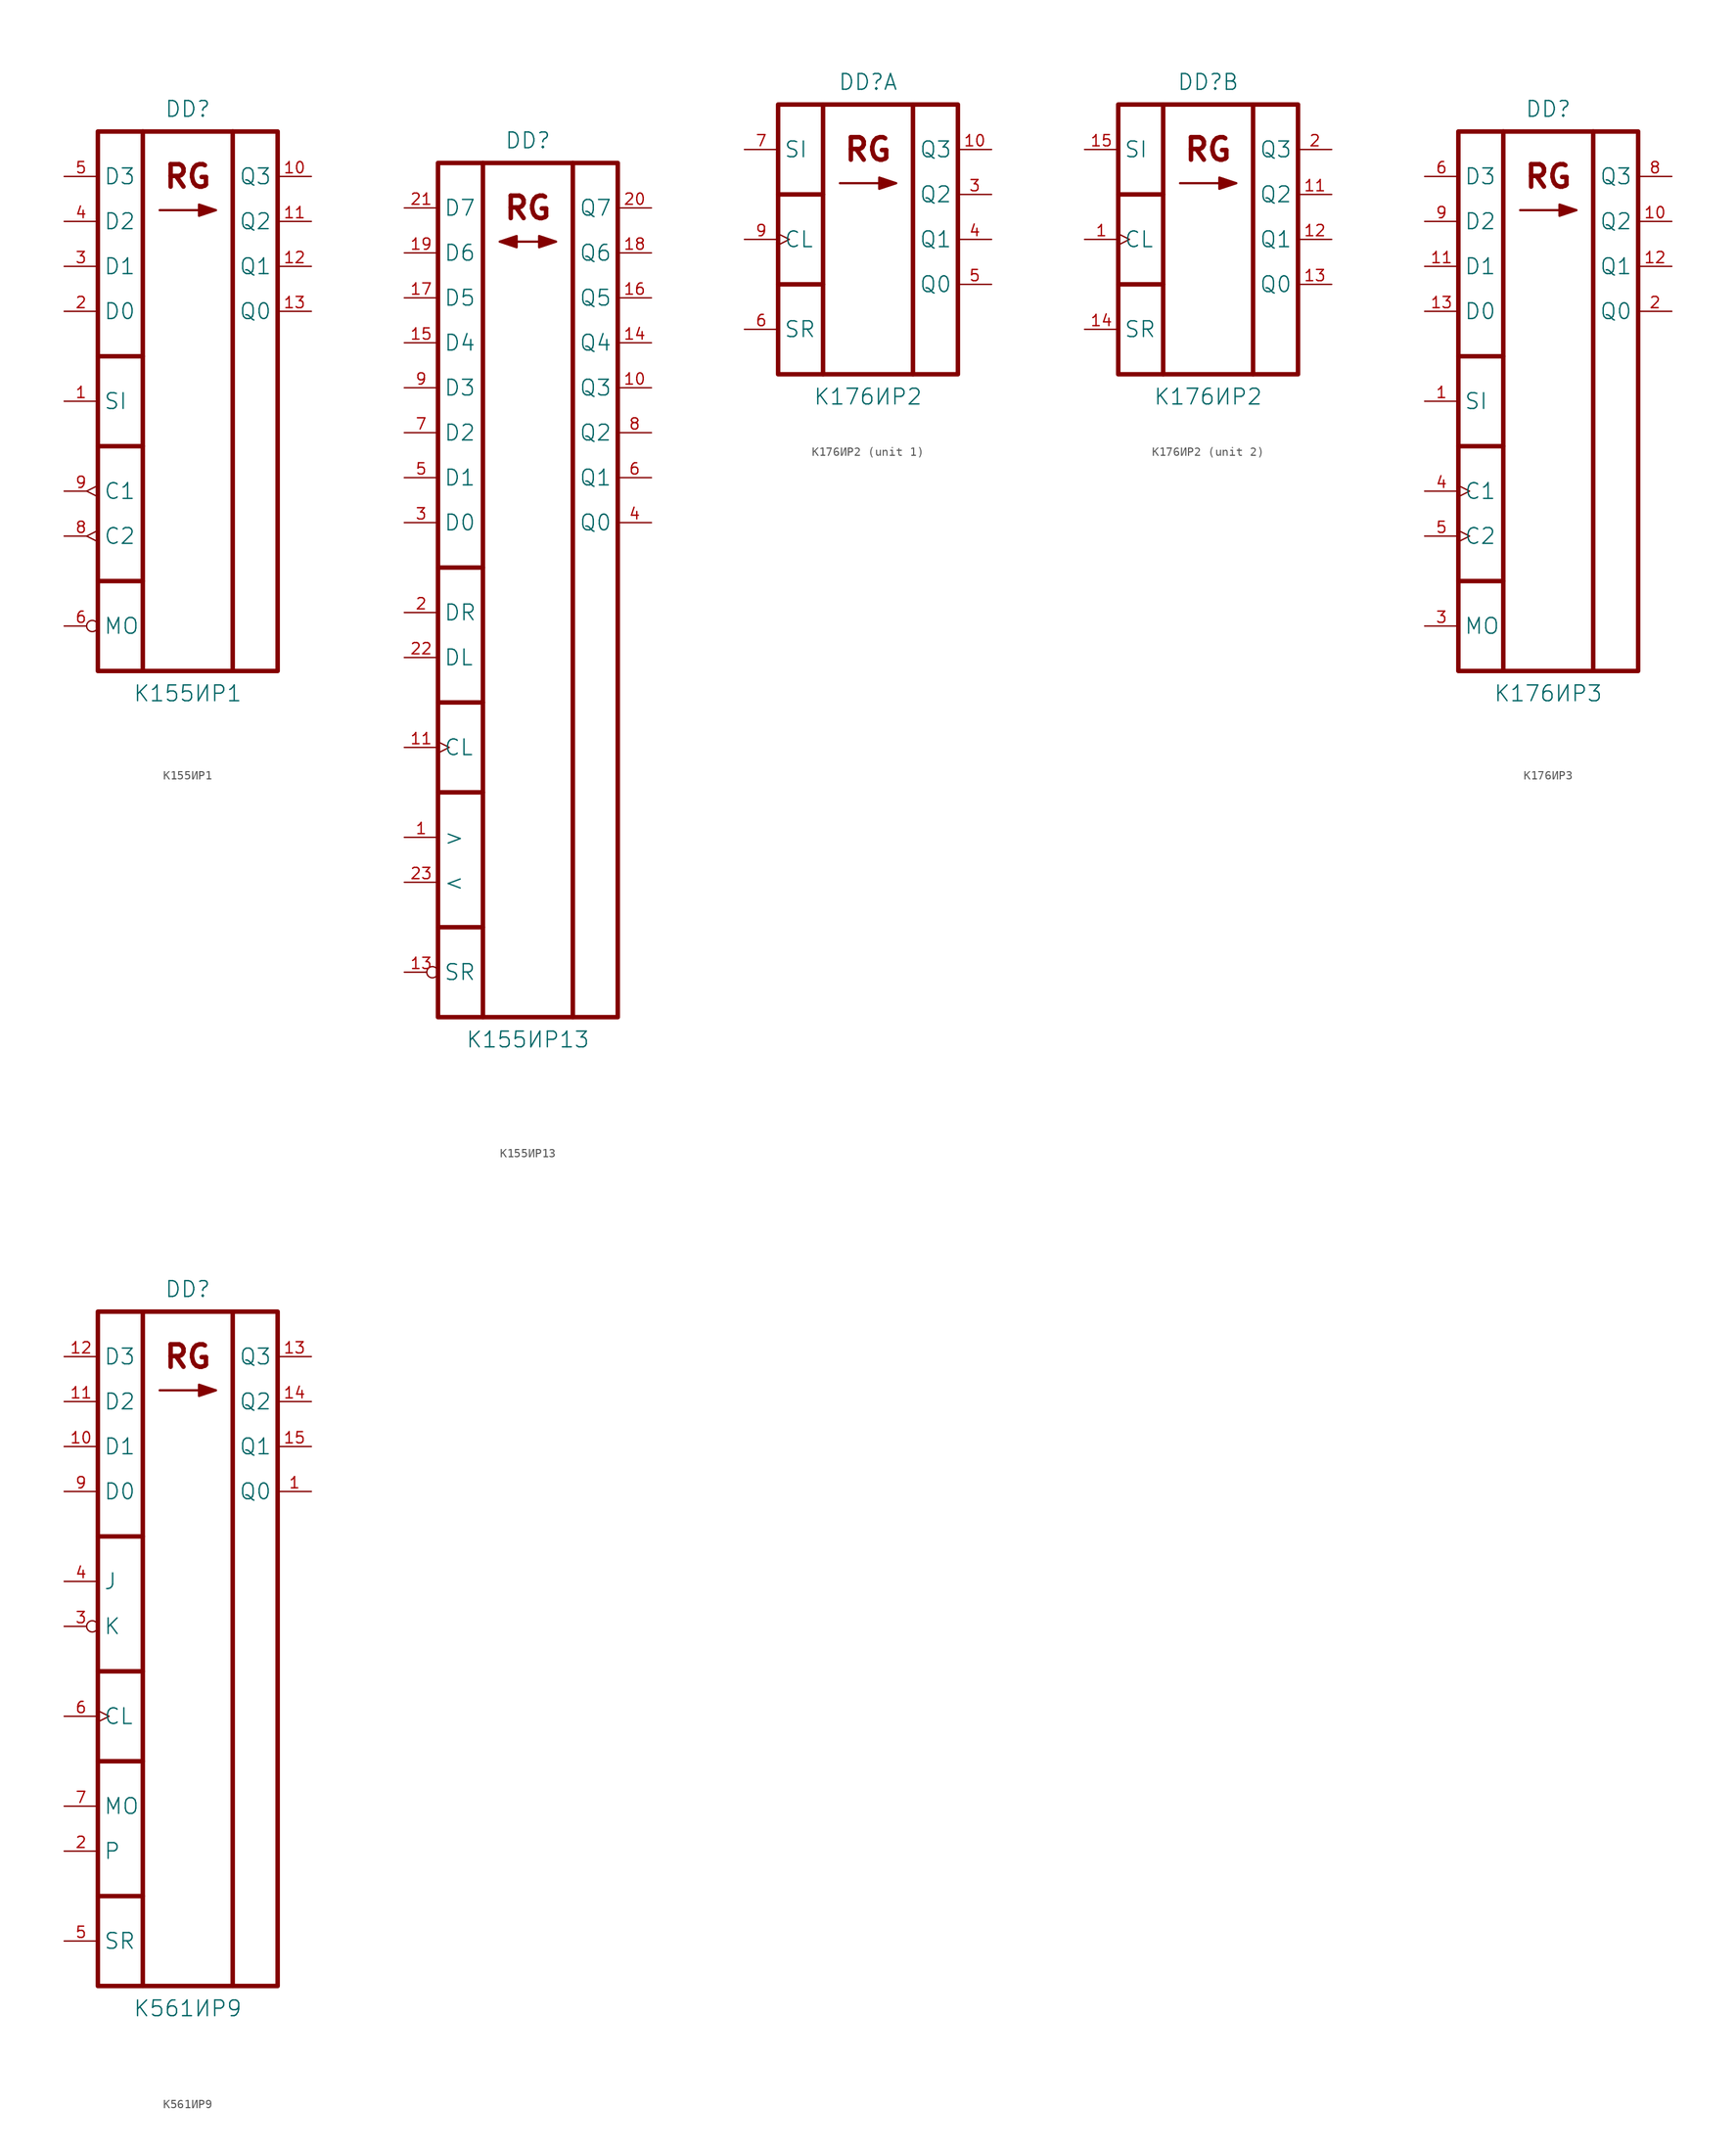
<source format=kicad_sym>
(kicad_symbol_lib
  (version 20211014)
  (generator kicad_symbol_editor)
  (symbol "К155ИP1"
    (pin_names
      (offset 0.635))
    (property "Reference" "DD"
      (at 0 33.02 0)
      (effects (font (size 1.778 1.778))))
    (property "Value" "К155ИP1"
      (at 0 -33.02 0)
      (effects (font (size 1.778 1.778))))
    (symbol "К155ИP1_0_0"
      (polyline (pts (xy 3.175 21.59) (xy -3.175 21.59)) (stroke (width 0.254) (type default) (color 0 0 0 0)) (fill (type none)))
      (polyline (pts (xy 5.08 30.48) (xy 5.08 -30.48)) (stroke (width 0.508) (type default) (color 0 0 0 0)) (fill (type none)))
      (polyline (pts (xy 3.175 21.59) (xy 1.27 22.225) (xy 1.27 20.955) (xy 3.175 21.59)) (stroke (width 0.254) (type default) (color 0 0 0 0)) (fill (type outline)))
      (text "RG" (at 0 25.4 0) (effects (font (size 2.54 2.54) bold))))
    (symbol "К155ИP1_0_1"
      (rectangle (start -10.16 30.48) (end 10.16 -30.48) (stroke (width 0.508) (type default) (color 0 0 0 0)) (fill (type none)))
      (polyline (pts (xy -5.08 -20.32) (xy -10.16 -20.32)) (stroke (width 0.508) (type default) (color 0 0 0 0)) (fill (type none)))
      (polyline (pts (xy -5.08 -5.08) (xy -10.16 -5.08)) (stroke (width 0.508) (type default) (color 0 0 0 0)) (fill (type none)))
      (polyline (pts (xy -5.08 5.08) (xy -10.16 5.08)) (stroke (width 0.508) (type default) (color 0 0 0 0)) (fill (type none)))
      (polyline (pts (xy -5.08 30.48) (xy -5.08 -30.48)) (stroke (width 0.508) (type default) (color 0 0 0 0)) (fill (type none))))
    (symbol "К155ИP1_1_1"
      (pin input line (at -13.97 0 0) (length 3.81) (name "SI" (effects (font (size 1.778 1.778)))) (number "1" (effects (font (size 1.27 1.27)))))
      (pin output line (at 13.97 25.4 180) (length 3.81) (name "Q3" (effects (font (size 1.778 1.778)))) (number "10" (effects (font (size 1.27 1.27)))))
      (pin output line (at 13.97 20.32 180) (length 3.81) (name "Q2" (effects (font (size 1.778 1.778)))) (number "11" (effects (font (size 1.27 1.27)))))
      (pin output line (at 13.97 15.24 180) (length 3.81) (name "Q1" (effects (font (size 1.778 1.778)))) (number "12" (effects (font (size 1.27 1.27)))))
      (pin output line (at 13.97 10.16 180) (length 3.81) (name "Q0" (effects (font (size 1.778 1.778)))) (number "13" (effects (font (size 1.27 1.27)))))
      (pin power_in non_logic (at 13.97 27.94 180) (length 3.81) hide (name "VCC" (effects (font (size 1.27 1.27)))) (number "14" (effects (font (size 1.27 1.27)))))
      (pin input line (at -13.97 10.16 0) (length 3.81) (name "D0" (effects (font (size 1.778 1.778)))) (number "2" (effects (font (size 1.27 1.27)))))
      (pin input line (at -13.97 15.24 0) (length 3.81) (name "D1" (effects (font (size 1.778 1.778)))) (number "3" (effects (font (size 1.27 1.27)))))
      (pin input line (at -13.97 20.32 0) (length 3.81) (name "D2" (effects (font (size 1.778 1.778)))) (number "4" (effects (font (size 1.27 1.27)))))
      (pin input line (at -13.97 25.4 0) (length 3.81) (name "D3" (effects (font (size 1.778 1.778)))) (number "5" (effects (font (size 1.27 1.27)))))
      (pin input inverted (at -13.97 -25.4 0) (length 3.81) (name "MO" (effects (font (size 1.778 1.778)))) (number "6" (effects (font (size 1.27 1.27)))))
      (pin power_in non_logic (at 13.97 -27.94 180) (length 3.81) hide (name "GND" (effects (font (size 1.27 1.27)))) (number "7" (effects (font (size 1.27 1.27)))))
      (pin input edge_clock_high (at -13.97 -15.24 0) (length 3.81) (name "C2" (effects (font (size 1.778 1.778)))) (number "8" (effects (font (size 1.27 1.27)))))
      (pin input edge_clock_high (at -13.97 -10.16 0) (length 3.81) (name "C1" (effects (font (size 1.778 1.778)))) (number "9" (effects (font (size 1.27 1.27)))))))
  (symbol "К155ИP13"
    (pin_names
      (offset 0.635))
    (property "Reference" "DD"
      (at 0 50.8 0)
      (effects (font (size 1.778 1.778))))
    (property "Value" "К155ИP13"
      (at 0 -50.8 0)
      (effects (font (size 1.778 1.778))))
    (symbol "К155ИP13_0_0"
      (polyline (pts (xy 3.175 39.37) (xy -3.175 39.37)) (stroke (width 0.254) (type default) (color 0 0 0 0)) (fill (type none)))
      (polyline (pts (xy 5.08 48.26) (xy 5.08 -48.26)) (stroke (width 0.508) (type default) (color 0 0 0 0)) (fill (type none)))
      (polyline (pts (xy -3.175 39.37) (xy -1.27 40.005) (xy -1.27 38.735) (xy -3.175 39.37)) (stroke (width 0.254) (type default) (color 0 0 0 0)) (fill (type outline)))
      (polyline (pts (xy 3.175 39.37) (xy 1.27 40.005) (xy 1.27 38.735) (xy 3.175 39.37)) (stroke (width 0.254) (type default) (color 0 0 0 0)) (fill (type outline)))
      (text "RG" (at 0 43.18 0) (effects (font (size 2.54 2.54) bold))))
    (symbol "К155ИP13_0_1"
      (rectangle (start -10.16 48.26) (end 10.16 -48.26) (stroke (width 0.508) (type default) (color 0 0 0 0)) (fill (type none)))
      (polyline (pts (xy -5.08 -38.1) (xy -10.16 -38.1)) (stroke (width 0.508) (type default) (color 0 0 0 0)) (fill (type none)))
      (polyline (pts (xy -5.08 -22.86) (xy -10.16 -22.86)) (stroke (width 0.508) (type default) (color 0 0 0 0)) (fill (type none)))
      (polyline (pts (xy -5.08 -12.7) (xy -10.16 -12.7)) (stroke (width 0.508) (type default) (color 0 0 0 0)) (fill (type none)))
      (polyline (pts (xy -5.08 2.54) (xy -10.16 2.54)) (stroke (width 0.508) (type default) (color 0 0 0 0)) (fill (type none)))
      (polyline (pts (xy -5.08 48.26) (xy -5.08 -48.26)) (stroke (width 0.508) (type default) (color 0 0 0 0)) (fill (type none))))
    (symbol "К155ИP13_1_1"
      (pin input line (at -13.97 -27.94 0) (length 3.81) (name ">" (effects (font (size 1.778 1.778)))) (number "1" (effects (font (size 1.27 1.27)))))
      (pin output line (at 13.97 22.86 180) (length 3.81) (name "Q3" (effects (font (size 1.778 1.778)))) (number "10" (effects (font (size 1.27 1.27)))))
      (pin input clock (at -13.97 -17.78 0) (length 3.81) (name "CL" (effects (font (size 1.778 1.778)))) (number "11" (effects (font (size 1.27 1.27)))))
      (pin power_in non_logic (at 13.97 -45.72 180) (length 3.81) hide (name "GND" (effects (font (size 1.27 1.27)))) (number "12" (effects (font (size 1.27 1.27)))))
      (pin input inverted (at -13.97 -43.18 0) (length 3.81) (name "SR" (effects (font (size 1.778 1.778)))) (number "13" (effects (font (size 1.27 1.27)))))
      (pin output line (at 13.97 27.94 180) (length 3.81) (name "Q4" (effects (font (size 1.778 1.778)))) (number "14" (effects (font (size 1.27 1.27)))))
      (pin input line (at -13.97 27.94 0) (length 3.81) (name "D4" (effects (font (size 1.778 1.778)))) (number "15" (effects (font (size 1.27 1.27)))))
      (pin output line (at 13.97 33.02 180) (length 3.81) (name "Q5" (effects (font (size 1.778 1.778)))) (number "16" (effects (font (size 1.27 1.27)))))
      (pin input line (at -13.97 33.02 0) (length 3.81) (name "D5" (effects (font (size 1.778 1.778)))) (number "17" (effects (font (size 1.27 1.27)))))
      (pin output line (at 13.97 38.1 180) (length 3.81) (name "Q6" (effects (font (size 1.778 1.778)))) (number "18" (effects (font (size 1.27 1.27)))))
      (pin input line (at -13.97 38.1 0) (length 3.81) (name "D6" (effects (font (size 1.778 1.778)))) (number "19" (effects (font (size 1.27 1.27)))))
      (pin input line (at -13.97 -2.54 0) (length 3.81) (name "DR" (effects (font (size 1.778 1.778)))) (number "2" (effects (font (size 1.27 1.27)))))
      (pin output line (at 13.97 43.18 180) (length 3.81) (name "Q7" (effects (font (size 1.778 1.778)))) (number "20" (effects (font (size 1.27 1.27)))))
      (pin input line (at -13.97 43.18 0) (length 3.81) (name "D7" (effects (font (size 1.778 1.778)))) (number "21" (effects (font (size 1.27 1.27)))))
      (pin input line (at -13.97 -7.62 0) (length 3.81) (name "DL" (effects (font (size 1.778 1.778)))) (number "22" (effects (font (size 1.27 1.27)))))
      (pin input line (at -13.97 -33.02 0) (length 3.81) (name "<" (effects (font (size 1.778 1.778)))) (number "23" (effects (font (size 1.27 1.27)))))
      (pin power_in non_logic (at 13.97 45.72 180) (length 3.81) hide (name "VCC" (effects (font (size 1.27 1.27)))) (number "24" (effects (font (size 1.27 1.27)))))
      (pin input line (at -13.97 7.62 0) (length 3.81) (name "D0" (effects (font (size 1.778 1.778)))) (number "3" (effects (font (size 1.27 1.27)))))
      (pin output line (at 13.97 7.62 180) (length 3.81) (name "Q0" (effects (font (size 1.778 1.778)))) (number "4" (effects (font (size 1.27 1.27)))))
      (pin input line (at -13.97 12.7 0) (length 3.81) (name "D1" (effects (font (size 1.778 1.778)))) (number "5" (effects (font (size 1.27 1.27)))))
      (pin output line (at 13.97 12.7 180) (length 3.81) (name "Q1" (effects (font (size 1.778 1.778)))) (number "6" (effects (font (size 1.27 1.27)))))
      (pin input line (at -13.97 17.78 0) (length 3.81) (name "D2" (effects (font (size 1.778 1.778)))) (number "7" (effects (font (size 1.27 1.27)))))
      (pin output line (at 13.97 17.78 180) (length 3.81) (name "Q2" (effects (font (size 1.778 1.778)))) (number "8" (effects (font (size 1.27 1.27)))))
      (pin input line (at -13.97 22.86 0) (length 3.81) (name "D3" (effects (font (size 1.778 1.778)))) (number "9" (effects (font (size 1.27 1.27)))))))
  (symbol "К176ИP2"
    (pin_names
      (offset 0.635))
    (property "Reference" "DD"
      (at 0 17.78 0)
      (effects (font (size 1.778 1.778))))
    (property "Value" "К176ИP2"
      (at 0 -17.78 0)
      (effects (font (size 1.778 1.778))))
    (symbol "К176ИP2_0_0"
      (polyline (pts (xy 3.175 6.35) (xy -3.175 6.35)) (stroke (width 0.254) (type default) (color 0 0 0 0)) (fill (type none)))
      (polyline (pts (xy 5.08 15.24) (xy 5.08 -15.24)) (stroke (width 0.508) (type default) (color 0 0 0 0)) (fill (type none)))
      (polyline (pts (xy 3.175 6.35) (xy 1.27 6.985) (xy 1.27 5.715) (xy 3.175 6.35)) (stroke (width 0.254) (type default) (color 0 0 0 0)) (fill (type outline)))
      (text "RG" (at 0 10.16 0) (effects (font (size 2.54 2.54) bold))))
    (symbol "К176ИP2_0_1"
      (rectangle (start -10.16 15.24) (end 10.16 -15.24) (stroke (width 0.508) (type default) (color 0 0 0 0)) (fill (type none)))
      (polyline (pts (xy -5.08 -5.08) (xy -10.16 -5.08)) (stroke (width 0.508) (type default) (color 0 0 0 0)) (fill (type none)))
      (polyline (pts (xy -5.08 5.08) (xy -10.16 5.08)) (stroke (width 0.508) (type default) (color 0 0 0 0)) (fill (type none)))
      (polyline (pts (xy -5.08 15.24) (xy -5.08 -15.24)) (stroke (width 0.508) (type default) (color 0 0 0 0)) (fill (type none)))
      (pin power_in non_logic (at 13.97 12.7 180) (length 3.81) hide (name "VCC" (effects (font (size 1.27 1.27)))) (number "16" (effects (font (size 1.27 1.27)))))
      (pin power_in non_logic (at 13.97 -12.7 180) (length 3.81) hide (name "GND" (effects (font (size 1.27 1.27)))) (number "8" (effects (font (size 1.27 1.27))))))
    (symbol "К176ИP2_1_1"
      (pin output line (at 13.97 10.16 180) (length 3.81) (name "Q3" (effects (font (size 1.778 1.778)))) (number "10" (effects (font (size 1.27 1.27)))))
      (pin output line (at 13.97 5.08 180) (length 3.81) (name "Q2" (effects (font (size 1.778 1.778)))) (number "3" (effects (font (size 1.27 1.27)))))
      (pin output line (at 13.97 0 180) (length 3.81) (name "Q1" (effects (font (size 1.778 1.778)))) (number "4" (effects (font (size 1.27 1.27)))))
      (pin output line (at 13.97 -5.08 180) (length 3.81) (name "Q0" (effects (font (size 1.778 1.778)))) (number "5" (effects (font (size 1.27 1.27)))))
      (pin input line (at -13.97 -10.16 0) (length 3.81) (name "SR" (effects (font (size 1.778 1.778)))) (number "6" (effects (font (size 1.27 1.27)))))
      (pin input line (at -13.97 10.16 0) (length 3.81) (name "SI" (effects (font (size 1.778 1.778)))) (number "7" (effects (font (size 1.27 1.27)))))
      (pin input clock (at -13.97 0 0) (length 3.81) (name "CL" (effects (font (size 1.778 1.778)))) (number "9" (effects (font (size 1.27 1.27))))))
    (symbol "К176ИP2_2_1"
      (pin input clock (at -13.97 0 0) (length 3.81) (name "CL" (effects (font (size 1.778 1.778)))) (number "1" (effects (font (size 1.27 1.27)))))
      (pin output line (at 13.97 5.08 180) (length 3.81) (name "Q2" (effects (font (size 1.778 1.778)))) (number "11" (effects (font (size 1.27 1.27)))))
      (pin output line (at 13.97 0 180) (length 3.81) (name "Q1" (effects (font (size 1.778 1.778)))) (number "12" (effects (font (size 1.27 1.27)))))
      (pin output line (at 13.97 -5.08 180) (length 3.81) (name "Q0" (effects (font (size 1.778 1.778)))) (number "13" (effects (font (size 1.27 1.27)))))
      (pin input line (at -13.97 -10.16 0) (length 3.81) (name "SR" (effects (font (size 1.778 1.778)))) (number "14" (effects (font (size 1.27 1.27)))))
      (pin input line (at -13.97 10.16 0) (length 3.81) (name "SI" (effects (font (size 1.778 1.778)))) (number "15" (effects (font (size 1.27 1.27)))))
      (pin output line (at 13.97 10.16 180) (length 3.81) (name "Q3" (effects (font (size 1.778 1.778)))) (number "2" (effects (font (size 1.27 1.27)))))))
  (symbol "К176ИP3"
    (pin_names
      (offset 0.635))
    (property "Reference" "DD"
      (at 0 33.02 0)
      (effects (font (size 1.778 1.778))))
    (property "Value" "К176ИP3"
      (at 0 -33.02 0)
      (effects (font (size 1.778 1.778))))
    (symbol "К176ИP3_0_0"
      (polyline (pts (xy 3.175 21.59) (xy -3.175 21.59)) (stroke (width 0.254) (type default) (color 0 0 0 0)) (fill (type none)))
      (polyline (pts (xy 5.08 30.48) (xy 5.08 -30.48)) (stroke (width 0.508) (type default) (color 0 0 0 0)) (fill (type none)))
      (polyline (pts (xy 3.175 21.59) (xy 1.27 22.225) (xy 1.27 20.955) (xy 3.175 21.59)) (stroke (width 0.254) (type default) (color 0 0 0 0)) (fill (type outline)))
      (text "RG" (at 0 25.4 0) (effects (font (size 2.54 2.54) bold))))
    (symbol "К176ИP3_0_1"
      (rectangle (start -10.16 30.48) (end 10.16 -30.48) (stroke (width 0.508) (type default) (color 0 0 0 0)) (fill (type none)))
      (polyline (pts (xy -5.08 -20.32) (xy -10.16 -20.32)) (stroke (width 0.508) (type default) (color 0 0 0 0)) (fill (type none)))
      (polyline (pts (xy -5.08 -5.08) (xy -10.16 -5.08)) (stroke (width 0.508) (type default) (color 0 0 0 0)) (fill (type none)))
      (polyline (pts (xy -5.08 5.08) (xy -10.16 5.08)) (stroke (width 0.508) (type default) (color 0 0 0 0)) (fill (type none)))
      (polyline (pts (xy -5.08 30.48) (xy -5.08 -30.48)) (stroke (width 0.508) (type default) (color 0 0 0 0)) (fill (type none))))
    (symbol "К176ИP3_1_1"
      (pin input line (at -13.97 0 0) (length 3.81) (name "SI" (effects (font (size 1.778 1.778)))) (number "1" (effects (font (size 1.27 1.27)))))
      (pin output line (at 13.97 20.32 180) (length 3.81) (name "Q2" (effects (font (size 1.778 1.778)))) (number "10" (effects (font (size 1.27 1.27)))))
      (pin input line (at -13.97 15.24 0) (length 3.81) (name "D1" (effects (font (size 1.778 1.778)))) (number "11" (effects (font (size 1.27 1.27)))))
      (pin output line (at 13.97 15.24 180) (length 3.81) (name "Q1" (effects (font (size 1.778 1.778)))) (number "12" (effects (font (size 1.27 1.27)))))
      (pin input line (at -13.97 10.16 0) (length 3.81) (name "D0" (effects (font (size 1.778 1.778)))) (number "13" (effects (font (size 1.27 1.27)))))
      (pin power_in non_logic (at 13.97 27.94 180) (length 3.81) hide (name "VCC" (effects (font (size 1.27 1.27)))) (number "14" (effects (font (size 1.27 1.27)))))
      (pin output line (at 13.97 10.16 180) (length 3.81) (name "Q0" (effects (font (size 1.778 1.778)))) (number "2" (effects (font (size 1.27 1.27)))))
      (pin input line (at -13.97 -25.4 0) (length 3.81) (name "MO" (effects (font (size 1.778 1.778)))) (number "3" (effects (font (size 1.27 1.27)))))
      (pin input clock (at -13.97 -10.16 0) (length 3.81) (name "C1" (effects (font (size 1.778 1.778)))) (number "4" (effects (font (size 1.27 1.27)))))
      (pin input clock (at -13.97 -15.24 0) (length 3.81) (name "C2" (effects (font (size 1.778 1.778)))) (number "5" (effects (font (size 1.27 1.27)))))
      (pin input line (at -13.97 25.4 0) (length 3.81) (name "D3" (effects (font (size 1.778 1.778)))) (number "6" (effects (font (size 1.27 1.27)))))
      (pin power_in non_logic (at 13.97 -27.94 180) (length 3.81) hide (name "GND" (effects (font (size 1.27 1.27)))) (number "7" (effects (font (size 1.27 1.27)))))
      (pin output line (at 13.97 25.4 180) (length 3.81) (name "Q3" (effects (font (size 1.778 1.778)))) (number "8" (effects (font (size 1.27 1.27)))))
      (pin input line (at -13.97 20.32 0) (length 3.81) (name "D2" (effects (font (size 1.778 1.778)))) (number "9" (effects (font (size 1.27 1.27)))))))
  (symbol "К561ИP9"
    (pin_names
      (offset 0.635))
    (property "Reference" "DD"
      (at 0 40.64 0)
      (effects (font (size 1.778 1.778))))
    (property "Value" "К561ИP9"
      (at 0 -40.64 0)
      (effects (font (size 1.778 1.778))))
    (symbol "К561ИP9_0_0"
      (polyline (pts (xy 3.175 29.21) (xy -3.175 29.21)) (stroke (width 0.254) (type default) (color 0 0 0 0)) (fill (type none)))
      (polyline (pts (xy 5.08 38.1) (xy 5.08 -38.1)) (stroke (width 0.508) (type default) (color 0 0 0 0)) (fill (type none)))
      (polyline (pts (xy 3.175 29.21) (xy 1.27 29.845) (xy 1.27 28.575) (xy 3.175 29.21)) (stroke (width 0.254) (type default) (color 0 0 0 0)) (fill (type outline)))
      (text "RG" (at 0 33.02 0) (effects (font (size 2.54 2.54) bold))))
    (symbol "К561ИP9_0_1"
      (rectangle (start -10.16 38.1) (end 10.16 -38.1) (stroke (width 0.508) (type default) (color 0 0 0 0)) (fill (type none)))
      (polyline (pts (xy -5.08 -27.94) (xy -10.16 -27.94)) (stroke (width 0.508) (type default) (color 0 0 0 0)) (fill (type none)))
      (polyline (pts (xy -5.08 -12.7) (xy -10.16 -12.7)) (stroke (width 0.508) (type default) (color 0 0 0 0)) (fill (type none)))
      (polyline (pts (xy -5.08 -2.54) (xy -10.16 -2.54)) (stroke (width 0.508) (type default) (color 0 0 0 0)) (fill (type none)))
      (polyline (pts (xy -5.08 12.7) (xy -10.16 12.7)) (stroke (width 0.508) (type default) (color 0 0 0 0)) (fill (type none)))
      (polyline (pts (xy -5.08 38.1) (xy -5.08 -38.1)) (stroke (width 0.508) (type default) (color 0 0 0 0)) (fill (type none))))
    (symbol "К561ИP9_1_1"
      (pin output line (at 13.97 17.78 180) (length 3.81) (name "Q0" (effects (font (size 1.778 1.778)))) (number "1" (effects (font (size 1.27 1.27)))))
      (pin input line (at -13.97 22.86 0) (length 3.81) (name "D1" (effects (font (size 1.778 1.778)))) (number "10" (effects (font (size 1.27 1.27)))))
      (pin input line (at -13.97 27.94 0) (length 3.81) (name "D2" (effects (font (size 1.778 1.778)))) (number "11" (effects (font (size 1.27 1.27)))))
      (pin input line (at -13.97 33.02 0) (length 3.81) (name "D3" (effects (font (size 1.778 1.778)))) (number "12" (effects (font (size 1.27 1.27)))))
      (pin output line (at 13.97 33.02 180) (length 3.81) (name "Q3" (effects (font (size 1.778 1.778)))) (number "13" (effects (font (size 1.27 1.27)))))
      (pin output line (at 13.97 27.94 180) (length 3.81) (name "Q2" (effects (font (size 1.778 1.778)))) (number "14" (effects (font (size 1.27 1.27)))))
      (pin output line (at 13.97 22.86 180) (length 3.81) (name "Q1" (effects (font (size 1.778 1.778)))) (number "15" (effects (font (size 1.27 1.27)))))
      (pin power_in non_logic (at 13.97 35.56 180) (length 3.81) hide (name "VCC" (effects (font (size 1.27 1.27)))) (number "16" (effects (font (size 1.27 1.27)))))
      (pin input line (at -13.97 -22.86 0) (length 3.81) (name "P" (effects (font (size 1.778 1.778)))) (number "2" (effects (font (size 1.27 1.27)))))
      (pin input inverted (at -13.97 2.54 0) (length 3.81) (name "K" (effects (font (size 1.778 1.778)))) (number "3" (effects (font (size 1.27 1.27)))))
      (pin input line (at -13.97 7.62 0) (length 3.81) (name "J" (effects (font (size 1.778 1.778)))) (number "4" (effects (font (size 1.27 1.27)))))
      (pin input line (at -13.97 -33.02 0) (length 3.81) (name "SR" (effects (font (size 1.778 1.778)))) (number "5" (effects (font (size 1.27 1.27)))))
      (pin input clock (at -13.97 -7.62 0) (length 3.81) (name "CL" (effects (font (size 1.778 1.778)))) (number "6" (effects (font (size 1.27 1.27)))))
      (pin input line (at -13.97 -17.78 0) (length 3.81) (name "MO" (effects (font (size 1.778 1.778)))) (number "7" (effects (font (size 1.27 1.27)))))
      (pin power_in non_logic (at 13.97 -35.56 180) (length 3.81) hide (name "GND" (effects (font (size 1.27 1.27)))) (number "8" (effects (font (size 1.27 1.27)))))
      (pin input line (at -13.97 17.78 0) (length 3.81) (name "D0" (effects (font (size 1.778 1.778)))) (number "9" (effects (font (size 1.27 1.27))))))))
</source>
